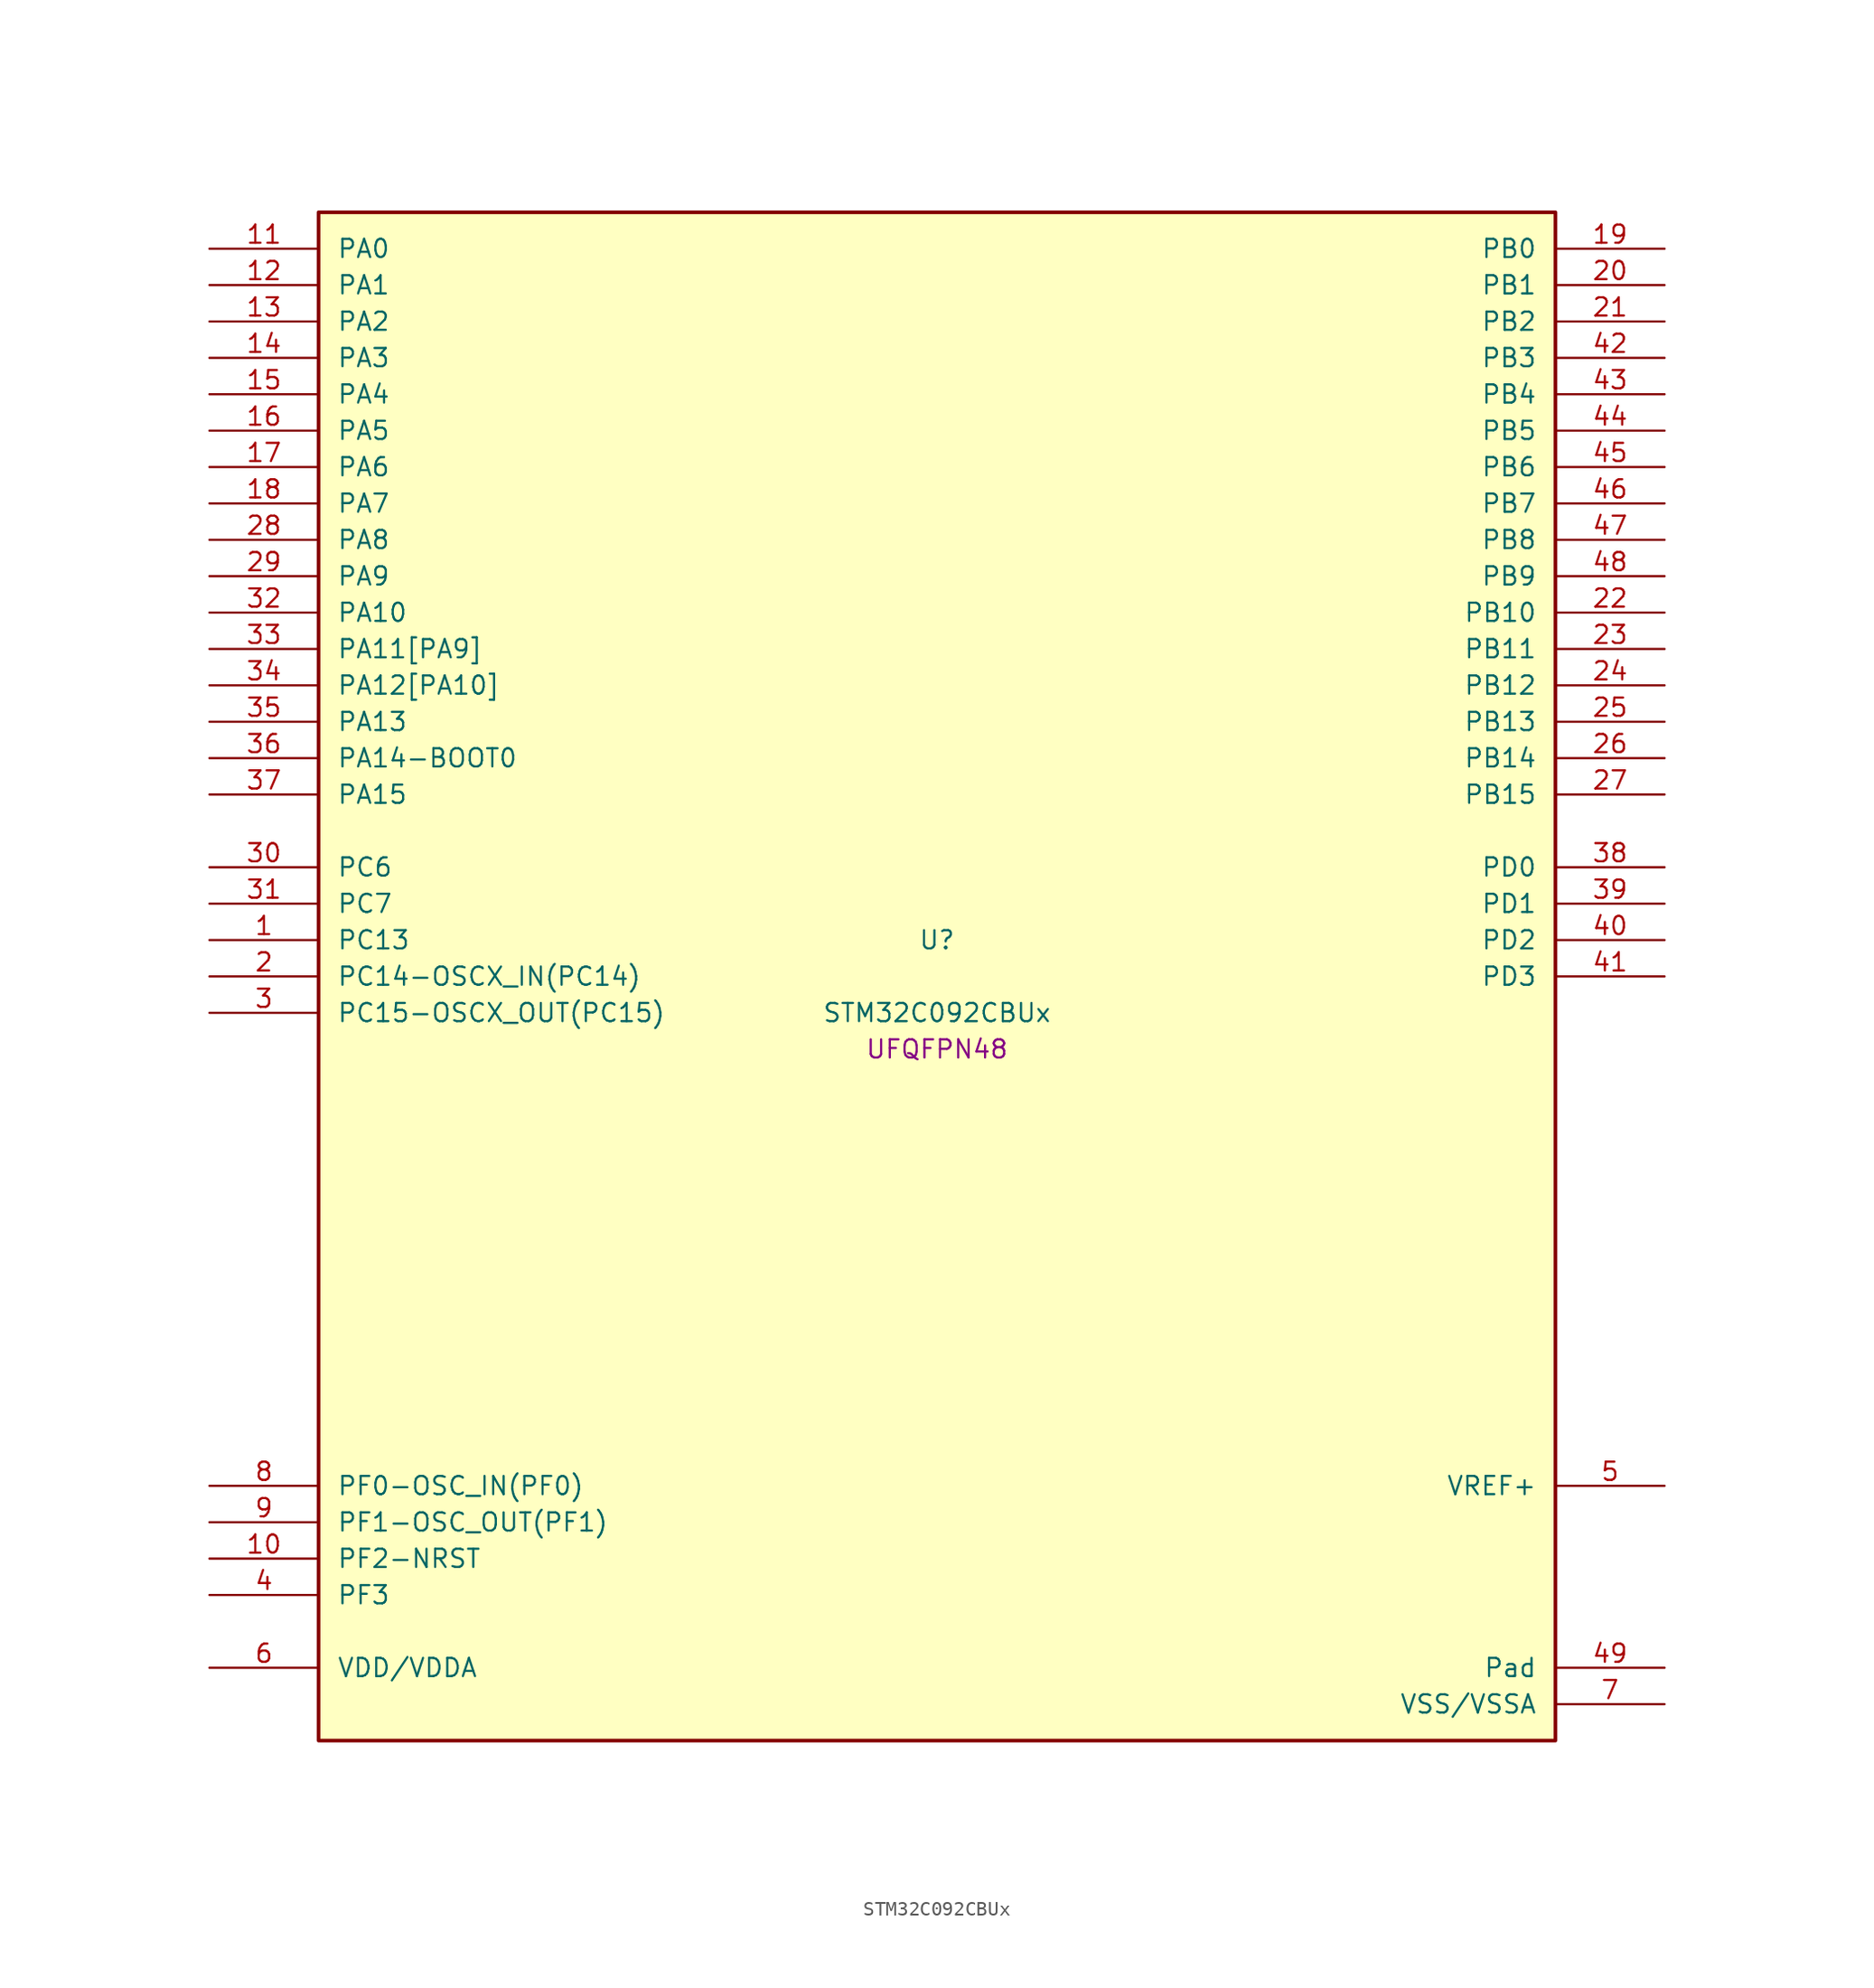
<source format=kicad_sym>
(kicad_symbol_lib
  (version 20241209)
  (generator "stm32_pkl_generator")
  (generator_version "1.0")
  (symbol "STM32C092CBUx"
    (pin_names
      (offset 1.27))
    (property "Reference" "U"
      (at 0 2.54 0))
    (property "Value" "STM32C092CBUx"
      (at 0 -2.54 0))
    (property "Footprint" "UFQFPN48"
      (at 0 -5.08 0))
    (symbol "STM32C092CBUx_1_1"
      (rectangle (start -43.18 53.34) (end 43.18 -53.34) (stroke (width 0.254) (type solid)) (fill (type background)))
      (pin bidirectional line (at -50.8 50.8 0) (length 7.62) (name "PA0") (number "11") (alternate "PA0/ADC1_IN0" bidirectional line) (alternate "PA0/PWR_WKUP1" bidirectional line) (alternate "PA0/SPI2_SCK" bidirectional line) (alternate "PA0/TIM16_CH1" bidirectional line) (alternate "PA0/TIM1_CH1" bidirectional line) (alternate "PA0/TIM2_CH1" bidirectional line) (alternate "PA0/TIM2_ETR" bidirectional line) (alternate "PA0/USART1_TX" bidirectional line) (alternate "PA0/USART2_CTS" bidirectional line) (alternate "PA0/USART2_NSS" bidirectional line) (alternate "PA0/USART4_TX" bidirectional line))
      (pin bidirectional line (at -50.8 48.26 0) (length 7.62) (name "PA1") (number "12") (alternate "PA1/ADC1_IN1" bidirectional line) (alternate "PA1/I2C1_SMBA" bidirectional line) (alternate "PA1/I2S1_CK" bidirectional line) (alternate "PA1/SPI1_SCK" bidirectional line) (alternate "PA1/TIM15_CH1N" bidirectional line) (alternate "PA1/TIM17_CH1" bidirectional line) (alternate "PA1/TIM1_CH2" bidirectional line) (alternate "PA1/TIM2_CH2" bidirectional line) (alternate "PA1/USART1_RX" bidirectional line) (alternate "PA1/USART2_CK" bidirectional line) (alternate "PA1/USART2_DE" bidirectional line) (alternate "PA1/USART2_RTS" bidirectional line) (alternate "PA1/USART4_RX" bidirectional line))
      (pin bidirectional line (at -50.8 45.72 0) (length 7.62) (name "PA2") (number "13") (alternate "PA2/ADC1_IN2" bidirectional line) (alternate "PA2/I2S1_SD" bidirectional line) (alternate "PA2/PWR_WKUP4" bidirectional line) (alternate "PA2/RCC_LSCO" bidirectional line) (alternate "PA2/SPI1_MOSI" bidirectional line) (alternate "PA2/TIM15_CH1" bidirectional line) (alternate "PA2/TIM16_CH1N" bidirectional line) (alternate "PA2/TIM1_CH3" bidirectional line) (alternate "PA2/TIM2_CH3" bidirectional line) (alternate "PA2/TIM3_ETR" bidirectional line) (alternate "PA2/USART2_TX" bidirectional line))
      (pin bidirectional line (at -50.8 43.18 0) (length 7.62) (name "PA3") (number "14") (alternate "PA3/ADC1_IN3" bidirectional line) (alternate "PA3/SPI2_MISO" bidirectional line) (alternate "PA3/TIM15_CH2" bidirectional line) (alternate "PA3/TIM1_CH1N" bidirectional line) (alternate "PA3/TIM1_CH4" bidirectional line) (alternate "PA3/TIM2_CH4" bidirectional line) (alternate "PA3/USART2_RX" bidirectional line))
      (pin bidirectional line (at -50.8 40.64 0) (length 7.62) (name "PA4") (number "15") (alternate "PA4/ADC1_IN4" bidirectional line) (alternate "PA4/I2S1_WS" bidirectional line) (alternate "PA4/RTC_OUT2" bidirectional line) (alternate "PA4/SPI1_NSS" bidirectional line) (alternate "PA4/SPI2_MOSI" bidirectional line) (alternate "PA4/TIM14_CH1" bidirectional line) (alternate "PA4/TIM17_CH1N" bidirectional line) (alternate "PA4/TIM1_CH2N" bidirectional line) (alternate "PA4/USART2_TX" bidirectional line))
      (pin bidirectional line (at -50.8 38.1 0) (length 7.62) (name "PA5") (number "16") (alternate "PA5/ADC1_IN5" bidirectional line) (alternate "PA5/I2S1_CK" bidirectional line) (alternate "PA5/SPI1_SCK" bidirectional line) (alternate "PA5/TIM1_CH1" bidirectional line) (alternate "PA5/TIM1_CH3N" bidirectional line) (alternate "PA5/TIM2_CH1" bidirectional line) (alternate "PA5/TIM2_ETR" bidirectional line) (alternate "PA5/USART2_RX" bidirectional line) (alternate "PA5/USART3_TX" bidirectional line))
      (pin bidirectional line (at -50.8 35.56 0) (length 7.62) (name "PA6") (number "17") (alternate "PA6/ADC1_IN6" bidirectional line) (alternate "PA6/I2C2_SDA" bidirectional line) (alternate "PA6/I2S1_MCK" bidirectional line) (alternate "PA6/SPI1_MISO" bidirectional line) (alternate "PA6/TIM16_CH1" bidirectional line) (alternate "PA6/TIM1_BKIN" bidirectional line) (alternate "PA6/TIM3_CH1" bidirectional line) (alternate "PA6/USART3_CTS" bidirectional line) (alternate "PA6/USART3_NSS" bidirectional line))
      (pin bidirectional line (at -50.8 33.02 0) (length 7.62) (name "PA7") (number "18") (alternate "PA7/ADC1_IN7" bidirectional line) (alternate "PA7/I2C2_SCL" bidirectional line) (alternate "PA7/I2S1_SD" bidirectional line) (alternate "PA7/SPI1_MOSI" bidirectional line) (alternate "PA7/TIM14_CH1" bidirectional line) (alternate "PA7/TIM17_CH1" bidirectional line) (alternate "PA7/TIM1_CH1N" bidirectional line) (alternate "PA7/TIM3_CH2" bidirectional line))
      (pin bidirectional line (at -50.8 30.48 0) (length 7.62) (name "PA8") (number "28") (alternate "PA8/ADC1_IN8" bidirectional line) (alternate "PA8/I2S1_WS" bidirectional line) (alternate "PA8/RCC_MCO" bidirectional line) (alternate "PA8/RCC_MCO_2" bidirectional line) (alternate "PA8/SPI1_NSS" bidirectional line) (alternate "PA8/SPI2_MISO" bidirectional line) (alternate "PA8/SPI2_NSS" bidirectional line) (alternate "PA8/TIM14_CH1" bidirectional line) (alternate "PA8/TIM1_CH1" bidirectional line) (alternate "PA8/TIM1_CH2N" bidirectional line) (alternate "PA8/TIM1_CH3N" bidirectional line) (alternate "PA8/TIM3_CH3" bidirectional line) (alternate "PA8/TIM3_CH4" bidirectional line) (alternate "PA8/USART1_RX" bidirectional line) (alternate "PA8/USART2_TX" bidirectional line))
      (pin bidirectional line (at -50.8 27.94 0) (length 7.62) (name "PA9") (number "29") (alternate "PA9/I2C1_SCL" bidirectional line) (alternate "PA9/I2C2_SCL" bidirectional line) (alternate "PA9/RCC_MCO" bidirectional line) (alternate "PA9/SPI2_MISO" bidirectional line) (alternate "PA9/TIM15_BKIN" bidirectional line) (alternate "PA9/TIM1_CH2" bidirectional line) (alternate "PA9/TIM3_ETR" bidirectional line) (alternate "PA9/USART1_TX" bidirectional line) (alternate "PA9/NC" bidirectional line))
      (pin bidirectional line (at -50.8 25.4 0) (length 7.62) (name "PA10") (number "32") (alternate "PA10/I2C1_SDA" bidirectional line) (alternate "PA10/I2C2_SDA" bidirectional line) (alternate "PA10/RCC_MCO_2" bidirectional line) (alternate "PA10/SPI2_MOSI" bidirectional line) (alternate "PA10/TIM17_BKIN" bidirectional line) (alternate "PA10/TIM1_CH3" bidirectional line) (alternate "PA10/USART1_RX" bidirectional line) (alternate "PA10/NC" bidirectional line))
      (pin bidirectional line (at -50.8 22.86 0) (length 7.62) (name "PA11[PA9]") (number "33") (alternate "PA11[PA9]/ADC1_EXTI11" bidirectional line) (alternate "PA11[PA9]/FDCAN1_RX" bidirectional line) (alternate "PA11[PA9]/I2C2_SCL" bidirectional line) (alternate "PA11[PA9]/I2S1_MCK" bidirectional line) (alternate "PA11[PA9]/SPI1_MISO" bidirectional line) (alternate "PA11[PA9]/TIM1_BKIN2" bidirectional line) (alternate "PA11[PA9]/TIM1_CH4" bidirectional line) (alternate "PA11[PA9]/USART1_CTS" bidirectional line) (alternate "PA11[PA9]/USART1_NSS" bidirectional line) (alternate "PA11[PA9]/PA9[PA11]" bidirectional line) (alternate "PA11[PA9]/I2C1_SCL" bidirectional line) (alternate "PA11[PA9]/RCC_MCO" bidirectional line) (alternate "PA11[PA9]/SPI2_MISO" bidirectional line) (alternate "PA11[PA9]/TIM15_BKIN" bidirectional line) (alternate "PA11[PA9]/TIM1_CH2" bidirectional line) (alternate "PA11[PA9]/TIM3_ETR" bidirectional line) (alternate "PA11[PA9]/USART1_TX" bidirectional line))
      (pin bidirectional line (at -50.8 20.32 0) (length 7.62) (name "PA12[PA10]") (number "34") (alternate "PA12[PA10]/FDCAN1_TX" bidirectional line) (alternate "PA12[PA10]/I2C2_SDA" bidirectional line) (alternate "PA12[PA10]/I2S1_SD" bidirectional line) (alternate "PA12[PA10]/I2S_CKIN" bidirectional line) (alternate "PA12[PA10]/SPI1_MOSI" bidirectional line) (alternate "PA12[PA10]/TIM1_ETR" bidirectional line) (alternate "PA12[PA10]/USART1_CK" bidirectional line) (alternate "PA12[PA10]/USART1_DE" bidirectional line) (alternate "PA12[PA10]/USART1_RTS" bidirectional line) (alternate "PA12[PA10]/PA10[PA12]" bidirectional line) (alternate "PA12[PA10]/I2C1_SDA" bidirectional line) (alternate "PA12[PA10]/RCC_MCO_2" bidirectional line) (alternate "PA12[PA10]/SPI2_MOSI" bidirectional line) (alternate "PA12[PA10]/TIM17_BKIN" bidirectional line) (alternate "PA12[PA10]/TIM1_CH3" bidirectional line) (alternate "PA12[PA10]/USART1_RX" bidirectional line))
      (pin bidirectional line (at -50.8 17.78 0) (length 7.62) (name "PA13") (number "35") (alternate "PA13/ADC1_IN13" bidirectional line) (alternate "PA13/DEBUG_SWDIO" bidirectional line) (alternate "PA13/IR_OUT" bidirectional line) (alternate "PA13/TIM3_ETR" bidirectional line) (alternate "PA13/USART2_RX" bidirectional line))
      (pin bidirectional line (at -50.8 15.24 0) (length 7.62) (name "PA14-BOOT0") (number "36") (alternate "PA14-BOOT0/ADC1_IN14" bidirectional line) (alternate "PA14-BOOT0/BOOT0" bidirectional line) (alternate "PA14-BOOT0/DEBUG_SWCLK" bidirectional line) (alternate "PA14-BOOT0/I2S1_WS" bidirectional line) (alternate "PA14-BOOT0/RCC_MCO_2" bidirectional line) (alternate "PA14-BOOT0/SPI1_NSS" bidirectional line) (alternate "PA14-BOOT0/TIM1_CH1" bidirectional line) (alternate "PA14-BOOT0/USART1_CK" bidirectional line) (alternate "PA14-BOOT0/USART1_DE" bidirectional line) (alternate "PA14-BOOT0/USART1_RTS" bidirectional line) (alternate "PA14-BOOT0/USART2_RX" bidirectional line) (alternate "PA14-BOOT0/USART2_TX" bidirectional line))
      (pin bidirectional line (at -50.8 12.7 0) (length 7.62) (name "PA15") (number "37") (alternate "PA15/I2S1_WS" bidirectional line) (alternate "PA15/RCC_MCO_2" bidirectional line) (alternate "PA15/SPI1_NSS" bidirectional line) (alternate "PA15/TIM1_CH1" bidirectional line) (alternate "PA15/TIM2_CH1" bidirectional line) (alternate "PA15/TIM2_ETR" bidirectional line) (alternate "PA15/USART1_CK" bidirectional line) (alternate "PA15/USART1_DE" bidirectional line) (alternate "PA15/USART1_RTS" bidirectional line) (alternate "PA15/USART2_RX" bidirectional line) (alternate "PA15/USART3_CK" bidirectional line) (alternate "PA15/USART3_DE" bidirectional line) (alternate "PA15/USART3_RTS" bidirectional line) (alternate "PA15/USART4_CK" bidirectional line) (alternate "PA15/USART4_DE" bidirectional line) (alternate "PA15/USART4_RTS" bidirectional line))
      (pin bidirectional line (at 50.8 50.8 180) (length 7.62) (name "PB0") (number "19") (alternate "PB0/ADC1_IN17" bidirectional line) (alternate "PB0/FDCAN1_RX" bidirectional line) (alternate "PB0/I2S1_WS" bidirectional line) (alternate "PB0/SPI1_NSS" bidirectional line) (alternate "PB0/TIM1_CH2N" bidirectional line) (alternate "PB0/TIM3_CH3" bidirectional line) (alternate "PB0/USART3_RX" bidirectional line))
      (pin bidirectional line (at 50.8 48.26 180) (length 7.62) (name "PB1") (number "20") (alternate "PB1/ADC1_IN18" bidirectional line) (alternate "PB1/FDCAN1_TX" bidirectional line) (alternate "PB1/TIM14_CH1" bidirectional line) (alternate "PB1/TIM1_CH2N" bidirectional line) (alternate "PB1/TIM1_CH3N" bidirectional line) (alternate "PB1/TIM3_CH4" bidirectional line) (alternate "PB1/USART3_CK" bidirectional line) (alternate "PB1/USART3_DE" bidirectional line) (alternate "PB1/USART3_RTS" bidirectional line))
      (pin bidirectional line (at 50.8 45.72 180) (length 7.62) (name "PB2") (number "21") (alternate "PB2/ADC1_IN19" bidirectional line) (alternate "PB2/RCC_MCO_2" bidirectional line) (alternate "PB2/SPI2_MISO" bidirectional line) (alternate "PB2/USART1_RX" bidirectional line) (alternate "PB2/USART3_TX" bidirectional line))
      (pin bidirectional line (at 50.8 43.18 180) (length 7.62) (name "PB3") (number "42") (alternate "PB3/I2C2_SCL" bidirectional line) (alternate "PB3/I2S1_CK" bidirectional line) (alternate "PB3/SPI1_SCK" bidirectional line) (alternate "PB3/TIM1_CH2" bidirectional line) (alternate "PB3/TIM2_CH2" bidirectional line) (alternate "PB3/TIM3_CH2" bidirectional line) (alternate "PB3/USART1_CK" bidirectional line) (alternate "PB3/USART1_DE" bidirectional line) (alternate "PB3/USART1_RTS" bidirectional line))
      (pin bidirectional line (at 50.8 40.64 180) (length 7.62) (name "PB4") (number "43") (alternate "PB4/I2C2_SDA" bidirectional line) (alternate "PB4/I2S1_MCK" bidirectional line) (alternate "PB4/SPI1_MISO" bidirectional line) (alternate "PB4/TIM17_BKIN" bidirectional line) (alternate "PB4/TIM3_CH1" bidirectional line) (alternate "PB4/USART1_CTS" bidirectional line) (alternate "PB4/USART1_NSS" bidirectional line))
      (pin bidirectional line (at 50.8 38.1 180) (length 7.62) (name "PB5") (number "44") (alternate "PB5/FDCAN1_RX" bidirectional line) (alternate "PB5/I2C1_SMBA" bidirectional line) (alternate "PB5/I2S1_SD" bidirectional line) (alternate "PB5/PWR_WKUP6" bidirectional line) (alternate "PB5/SPI1_MOSI" bidirectional line) (alternate "PB5/TIM16_BKIN" bidirectional line) (alternate "PB5/TIM3_CH2" bidirectional line) (alternate "PB5/TIM3_CH3" bidirectional line))
      (pin bidirectional line (at 50.8 35.56 180) (length 7.62) (name "PB6") (number "45") (alternate "PB6/FDCAN1_TX" bidirectional line) (alternate "PB6/I2C1_SCL" bidirectional line) (alternate "PB6/I2C1_SMBA" bidirectional line) (alternate "PB6/I2S1_CK" bidirectional line) (alternate "PB6/I2S1_MCK" bidirectional line) (alternate "PB6/I2S1_SD" bidirectional line) (alternate "PB6/PWR_WKUP3" bidirectional line) (alternate "PB6/SPI1_MISO" bidirectional line) (alternate "PB6/SPI1_MOSI" bidirectional line) (alternate "PB6/SPI1_SCK" bidirectional line) (alternate "PB6/SPI2_MISO" bidirectional line) (alternate "PB6/TIM16_BKIN" bidirectional line) (alternate "PB6/TIM16_CH1N" bidirectional line) (alternate "PB6/TIM1_CH2" bidirectional line) (alternate "PB6/TIM1_CH3" bidirectional line) (alternate "PB6/TIM3_CH1" bidirectional line) (alternate "PB6/TIM3_CH2" bidirectional line) (alternate "PB6/TIM3_CH3" bidirectional line) (alternate "PB6/USART1_CTS" bidirectional line) (alternate "PB6/USART1_NSS" bidirectional line) (alternate "PB6/USART1_TX" bidirectional line))
      (pin bidirectional line (at 50.8 33.02 180) (length 7.62) (name "PB7") (number "46") (alternate "PB7/I2C1_SCL" bidirectional line) (alternate "PB7/I2C1_SDA" bidirectional line) (alternate "PB7/SPI2_MOSI" bidirectional line) (alternate "PB7/TIM16_CH1" bidirectional line) (alternate "PB7/TIM17_CH1N" bidirectional line) (alternate "PB7/TIM1_CH4" bidirectional line) (alternate "PB7/TIM3_CH1" bidirectional line) (alternate "PB7/TIM3_CH4" bidirectional line) (alternate "PB7/USART1_RX" bidirectional line) (alternate "PB7/USART2_CTS" bidirectional line) (alternate "PB7/USART2_NSS" bidirectional line) (alternate "PB7/USART4_CTS" bidirectional line) (alternate "PB7/USART4_NSS" bidirectional line))
      (pin bidirectional line (at 50.8 30.48 180) (length 7.62) (name "PB8") (number "47") (alternate "PB8/FDCAN1_RX" bidirectional line) (alternate "PB8/I2C1_SCL" bidirectional line) (alternate "PB8/SPI2_SCK" bidirectional line) (alternate "PB8/TIM15_BKIN" bidirectional line) (alternate "PB8/TIM16_CH1" bidirectional line) (alternate "PB8/TIM3_CH1" bidirectional line) (alternate "PB8/USART2_CTS" bidirectional line) (alternate "PB8/USART2_NSS" bidirectional line) (alternate "PB8/USART3_TX" bidirectional line))
      (pin bidirectional line (at 50.8 27.94 180) (length 7.62) (name "PB9") (number "48") (alternate "PB9/FDCAN1_TX" bidirectional line) (alternate "PB9/I2C1_SDA" bidirectional line) (alternate "PB9/IR_OUT" bidirectional line) (alternate "PB9/SPI2_NSS" bidirectional line) (alternate "PB9/TIM17_CH1" bidirectional line) (alternate "PB9/TIM3_CH2" bidirectional line) (alternate "PB9/USART2_CK" bidirectional line) (alternate "PB9/USART2_DE" bidirectional line) (alternate "PB9/USART2_RTS" bidirectional line) (alternate "PB9/USART3_RX" bidirectional line))
      (pin bidirectional line (at 50.8 25.4 180) (length 7.62) (name "PB10") (number "22") (alternate "PB10/ADC1_IN20" bidirectional line) (alternate "PB10/I2C2_SCL" bidirectional line) (alternate "PB10/SPI2_SCK" bidirectional line) (alternate "PB10/TIM2_CH3" bidirectional line) (alternate "PB10/USART3_TX" bidirectional line))
      (pin bidirectional line (at 50.8 22.86 180) (length 7.62) (name "PB11") (number "23") (alternate "PB11/ADC1_EXTI11" bidirectional line) (alternate "PB11/ADC1_IN21" bidirectional line) (alternate "PB11/I2C2_SDA" bidirectional line) (alternate "PB11/SPI2_MOSI" bidirectional line) (alternate "PB11/TIM2_CH4" bidirectional line) (alternate "PB11/USART3_RX" bidirectional line))
      (pin bidirectional line (at 50.8 20.32 180) (length 7.62) (name "PB12") (number "24") (alternate "PB12/ADC1_IN22" bidirectional line) (alternate "PB12/FDCAN1_RX" bidirectional line) (alternate "PB12/SPI2_NSS" bidirectional line) (alternate "PB12/TIM15_BKIN" bidirectional line) (alternate "PB12/TIM1_BKIN" bidirectional line) (alternate "PB12/TIM1_BKIN2" bidirectional line))
      (pin bidirectional line (at 50.8 17.78 180) (length 7.62) (name "PB13") (number "25") (alternate "PB13/FDCAN1_TX" bidirectional line) (alternate "PB13/I2C2_SCL" bidirectional line) (alternate "PB13/SPI2_SCK" bidirectional line) (alternate "PB13/TIM15_CH1N" bidirectional line) (alternate "PB13/TIM1_CH1N" bidirectional line) (alternate "PB13/USART3_CTS" bidirectional line) (alternate "PB13/USART3_NSS" bidirectional line))
      (pin bidirectional line (at 50.8 15.24 180) (length 7.62) (name "PB14") (number "26") (alternate "PB14/I2C2_SDA" bidirectional line) (alternate "PB14/SPI2_MISO" bidirectional line) (alternate "PB14/TIM15_CH1" bidirectional line) (alternate "PB14/TIM1_CH2N" bidirectional line) (alternate "PB14/USART3_CK" bidirectional line) (alternate "PB14/USART3_DE" bidirectional line) (alternate "PB14/USART3_RTS" bidirectional line))
      (pin bidirectional line (at 50.8 12.7 180) (length 7.62) (name "PB15") (number "27") (alternate "PB15/RTC_REFIN" bidirectional line) (alternate "PB15/SPI2_MOSI" bidirectional line) (alternate "PB15/TIM15_CH1N" bidirectional line) (alternate "PB15/TIM15_CH2" bidirectional line) (alternate "PB15/TIM1_CH3N" bidirectional line))
      (pin bidirectional line (at -50.8 7.62 0) (length 7.62) (name "PC6") (number "30") (alternate "PC6/TIM2_CH3" bidirectional line) (alternate "PC6/TIM3_CH1" bidirectional line))
      (pin bidirectional line (at -50.8 5.08 0) (length 7.62) (name "PC7") (number "31") (alternate "PC7/TIM2_CH4" bidirectional line) (alternate "PC7/TIM3_CH2" bidirectional line))
      (pin bidirectional line (at -50.8 2.54 0) (length 7.62) (name "PC13") (number "1") (alternate "PC13/PWR_WKUP2" bidirectional line) (alternate "PC13/RTC_OUT1" bidirectional line) (alternate "PC13/RTC_TS" bidirectional line) (alternate "PC13/TIM1_BKIN" bidirectional line) (alternate "PC13/TIM1_ETR" bidirectional line))
      (pin bidirectional line (at -50.8 0 0) (length 7.62) (name "PC14-OSCX_IN(PC14)") (number "2") (alternate "PC14-OSCX_IN(PC14)/FDCAN1_TX" bidirectional line) (alternate "PC14-OSCX_IN(PC14)/I2C1_SDA" bidirectional line) (alternate "PC14-OSCX_IN(PC14)/IR_OUT" bidirectional line) (alternate "PC14-OSCX_IN(PC14)/RCC_OSCX_IN" bidirectional line) (alternate "PC14-OSCX_IN(PC14)/SPI2_NSS" bidirectional line) (alternate "PC14-OSCX_IN(PC14)/TIM17_CH1" bidirectional line) (alternate "PC14-OSCX_IN(PC14)/TIM1_BKIN2" bidirectional line) (alternate "PC14-OSCX_IN(PC14)/TIM1_ETR" bidirectional line) (alternate "PC14-OSCX_IN(PC14)/TIM3_CH2" bidirectional line) (alternate "PC14-OSCX_IN(PC14)/USART1_TX" bidirectional line) (alternate "PC14-OSCX_IN(PC14)/USART2_CK" bidirectional line) (alternate "PC14-OSCX_IN(PC14)/USART2_DE" bidirectional line) (alternate "PC14-OSCX_IN(PC14)/USART2_RTS" bidirectional line) (alternate "PC14-OSCX_IN(PC14)/USART3_TX" bidirectional line))
      (pin bidirectional line (at -50.8 -2.54 0) (length 7.62) (name "PC15-OSCX_OUT(PC15)") (number "3") (alternate "PC15-OSCX_OUT(PC15)/RCC_OSC32_EN" bidirectional line) (alternate "PC15-OSCX_OUT(PC15)/RCC_OSCX_OUT" bidirectional line) (alternate "PC15-OSCX_OUT(PC15)/RCC_OSC_EN" bidirectional line) (alternate "PC15-OSCX_OUT(PC15)/TIM15_BKIN" bidirectional line) (alternate "PC15-OSCX_OUT(PC15)/TIM1_ETR" bidirectional line) (alternate "PC15-OSCX_OUT(PC15)/TIM3_CH3" bidirectional line))
      (pin bidirectional line (at 50.8 7.62 180) (length 7.62) (name "PD0") (number "38") (alternate "PD0/FDCAN1_RX" bidirectional line) (alternate "PD0/SPI2_NSS" bidirectional line) (alternate "PD0/TIM16_CH1" bidirectional line))
      (pin bidirectional line (at 50.8 5.08 180) (length 7.62) (name "PD1") (number "39") (alternate "PD1/FDCAN1_TX" bidirectional line) (alternate "PD1/SPI2_SCK" bidirectional line) (alternate "PD1/TIM17_CH1" bidirectional line))
      (pin bidirectional line (at 50.8 2.54 180) (length 7.62) (name "PD2") (number "40") (alternate "PD2/TIM1_CH1N" bidirectional line) (alternate "PD2/TIM3_ETR" bidirectional line) (alternate "PD2/USART3_CK" bidirectional line) (alternate "PD2/USART3_DE" bidirectional line) (alternate "PD2/USART3_RTS" bidirectional line))
      (pin bidirectional line (at 50.8 0 180) (length 7.62) (name "PD3") (number "41") (alternate "PD3/SPI2_MISO" bidirectional line) (alternate "PD3/TIM1_CH2N" bidirectional line) (alternate "PD3/USART2_CTS" bidirectional line) (alternate "PD3/USART2_NSS" bidirectional line))
      (pin bidirectional line (at -50.8 -35.56 0) (length 7.62) (name "PF0-OSC_IN(PF0)") (number "8") (alternate "PF0-OSC_IN(PF0)/RCC_OSC_IN" bidirectional line) (alternate "PF0-OSC_IN(PF0)/TIM14_CH1" bidirectional line))
      (pin bidirectional line (at -50.8 -38.1 0) (length 7.62) (name "PF1-OSC_OUT(PF1)") (number "9") (alternate "PF1-OSC_OUT(PF1)/RCC_OSC_EN" bidirectional line) (alternate "PF1-OSC_OUT(PF1)/RCC_OSC_OUT" bidirectional line) (alternate "PF1-OSC_OUT(PF1)/TIM15_CH1N" bidirectional line))
      (pin bidirectional line (at -50.8 -40.64 0) (length 7.62) (name "PF2-NRST") (number "10") (alternate "PF2-NRST/RCC_MCO" bidirectional line) (alternate "PF2-NRST/TIM1_CH4" bidirectional line))
      (pin bidirectional line (at -50.8 -43.18 0) (length 7.62) (name "PF3") (number "4"))
      (pin bidirectional line (at 50.8 -35.56 180) (length 7.62) (name "VREF+") (number "5"))
      (pin power_in line (at -50.8 -48.26 0) (length 7.62) (name "VDD/VDDA") (number "6"))
      (pin passive line (at 50.8 -48.26 180) (length 7.62) (name "Pad") (number "49"))
      (pin power_in line (at 50.8 -50.8 180) (length 7.62) (name "VSS/VSSA") (number "7")))))
</source>
